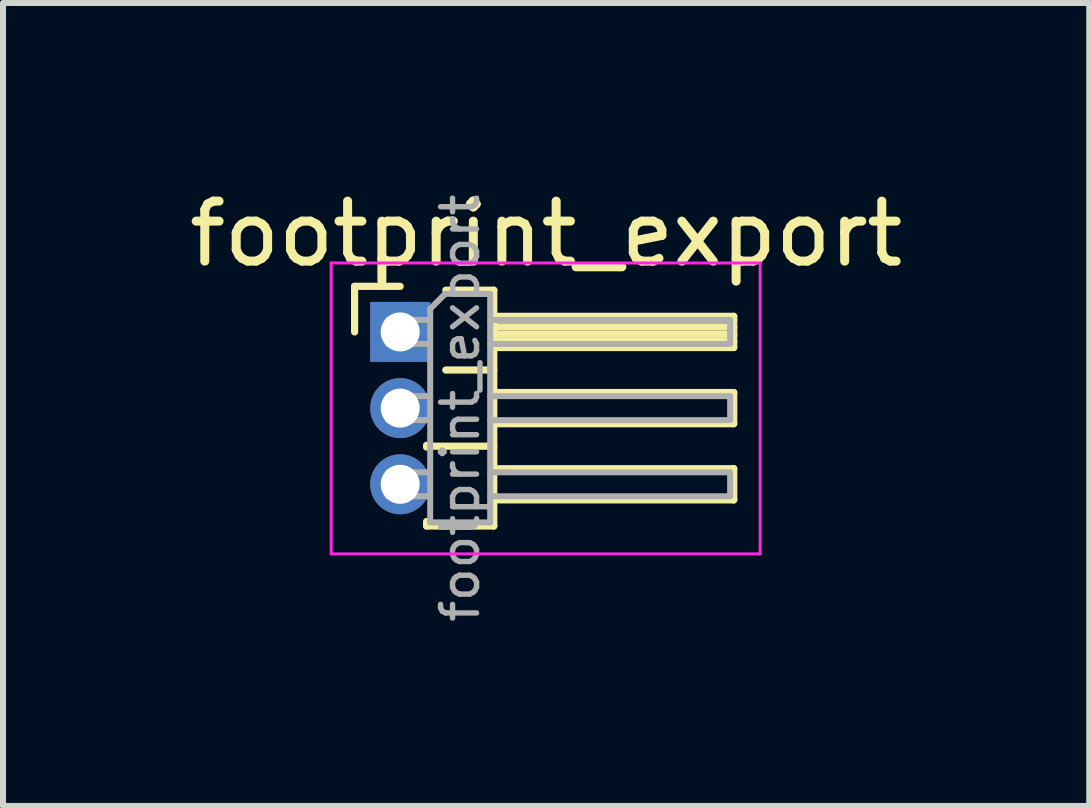
<source format=kicad_pcb>
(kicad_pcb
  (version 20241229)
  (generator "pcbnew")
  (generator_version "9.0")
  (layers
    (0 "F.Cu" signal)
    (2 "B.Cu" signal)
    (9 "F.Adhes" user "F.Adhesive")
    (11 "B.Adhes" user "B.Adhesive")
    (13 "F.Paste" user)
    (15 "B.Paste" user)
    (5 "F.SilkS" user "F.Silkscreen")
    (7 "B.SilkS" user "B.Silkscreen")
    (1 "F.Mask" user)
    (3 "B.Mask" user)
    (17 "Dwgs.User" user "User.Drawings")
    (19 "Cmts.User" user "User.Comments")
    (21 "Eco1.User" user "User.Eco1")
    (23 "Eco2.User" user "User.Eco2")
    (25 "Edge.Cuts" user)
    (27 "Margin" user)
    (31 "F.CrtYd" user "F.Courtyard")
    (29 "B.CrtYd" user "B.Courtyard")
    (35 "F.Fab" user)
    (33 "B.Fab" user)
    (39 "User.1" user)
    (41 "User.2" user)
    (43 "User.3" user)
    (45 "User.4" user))
  (footprint "footprint_export"
    (layer "F.Cu")
    (at 3.621 2.483)
    (property "Reference" "footprint_export" (at 2.433 -1.635 0) (layer "F.SilkS") (effects (font (size 1 1) (thickness 0.15))))
    (attr through_hole)
    (fp_line (start -0.76 -0.76) (end 0 -0.76) (stroke (width 0.12) (type solid)) (layer "F.SilkS"))
    (fp_line (start -0.76 0) (end -0.76 -0.76) (stroke (width 0.12) (type solid)) (layer "F.SilkS"))
    (fp_line (start 0.44 1.89) (end 0.44 1.92) (stroke (width 0.12) (type solid)) (layer "F.SilkS"))
    (fp_line (start 0.44 1.905) (end 1.56 1.905) (stroke (width 0.12) (type solid)) (layer "F.SilkS"))
    (fp_line (start 0.44 3.235) (end 0.44 3.16) (stroke (width 0.12) (type solid)) (layer "F.SilkS"))
    (fp_line (start 0.76 -0.695) (end 1.56 -0.695) (stroke (width 0.12) (type solid)) (layer "F.SilkS"))
    (fp_line (start 0.76 0.635) (end 1.56 0.635) (stroke (width 0.12) (type solid)) (layer "F.SilkS"))
    (fp_line (start 1.56 -0.695) (end 1.56 3.235) (stroke (width 0.12) (type solid)) (layer "F.SilkS"))
    (fp_line (start 1.56 -0.26) (end 5.56 -0.26) (stroke (width 0.12) (type solid)) (layer "F.SilkS"))
    (fp_line (start 1.56 -0.2) (end 5.56 -0.2) (stroke (width 0.12) (type solid)) (layer "F.SilkS"))
    (fp_line (start 1.56 -0.08) (end 5.56 -0.08) (stroke (width 0.12) (type solid)) (layer "F.SilkS"))
    (fp_line (start 1.56 0.04) (end 5.56 0.04) (stroke (width 0.12) (type solid)) (layer "F.SilkS"))
    (fp_line (start 1.56 0.16) (end 5.56 0.16) (stroke (width 0.12) (type solid)) (layer "F.SilkS"))
    (fp_line (start 1.56 1.01) (end 5.56 1.01) (stroke (width 0.12) (type solid)) (layer "F.SilkS"))
    (fp_line (start 1.56 2.28) (end 5.56 2.28) (stroke (width 0.12) (type solid)) (layer "F.SilkS"))
    (fp_line (start 1.56 3.235) (end 0.44 3.235) (stroke (width 0.12) (type solid)) (layer "F.SilkS"))
    (fp_line (start 5.56 -0.26) (end 5.56 0.26) (stroke (width 0.12) (type solid)) (layer "F.SilkS"))
    (fp_line (start 5.56 0.26) (end 1.56 0.26) (stroke (width 0.12) (type solid)) (layer "F.SilkS"))
    (fp_line (start 5.56 1.01) (end 5.56 1.53) (stroke (width 0.12) (type solid)) (layer "F.SilkS"))
    (fp_line (start 5.56 1.53) (end 1.56 1.53) (stroke (width 0.12) (type solid)) (layer "F.SilkS"))
    (fp_line (start 5.56 2.28) (end 5.56 2.8) (stroke (width 0.12) (type solid)) (layer "F.SilkS"))
    (fp_line (start 5.56 2.8) (end 1.56 2.8) (stroke (width 0.12) (type solid)) (layer "F.SilkS"))
    (fp_line (start -1.15 -1.15) (end -1.15 3.7) (stroke (width 0.05) (type solid)) (layer "F.CrtYd"))
    (fp_line (start -1.15 3.7) (end 6 3.7) (stroke (width 0.05) (type solid)) (layer "F.CrtYd"))
    (fp_line (start 6 -1.15) (end -1.15 -1.15) (stroke (width 0.05) (type solid)) (layer "F.CrtYd"))
    (fp_line (start 6 3.7) (end 6 -1.15) (stroke (width 0.05) (type solid)) (layer "F.CrtYd"))
    (fp_line (start -0.2 -0.2) (end -0.2 0.2) (stroke (width 0.1) (type solid)) (layer "F.Fab"))
    (fp_line (start -0.2 -0.2) (end 0.5 -0.2) (stroke (width 0.1) (type solid)) (layer "F.Fab"))
    (fp_line (start -0.2 0.2) (end 0.5 0.2) (stroke (width 0.1) (type solid)) (layer "F.Fab"))
    (fp_line (start -0.2 1.07) (end -0.2 1.47) (stroke (width 0.1) (type solid)) (layer "F.Fab"))
    (fp_line (start -0.2 1.07) (end 0.5 1.07) (stroke (width 0.1) (type solid)) (layer "F.Fab"))
    (fp_line (start -0.2 1.47) (end 0.5 1.47) (stroke (width 0.1) (type solid)) (layer "F.Fab"))
    (fp_line (start -0.2 2.34) (end -0.2 2.74) (stroke (width 0.1) (type solid)) (layer "F.Fab"))
    (fp_line (start -0.2 2.34) (end 0.5 2.34) (stroke (width 0.1) (type solid)) (layer "F.Fab"))
    (fp_line (start -0.2 2.74) (end 0.5 2.74) (stroke (width 0.1) (type solid)) (layer "F.Fab"))
    (fp_line (start 0.5 -0.385) (end 0.75 -0.635) (stroke (width 0.1) (type solid)) (layer "F.Fab"))
    (fp_line (start 0.5 3.175) (end 0.5 -0.385) (stroke (width 0.1) (type solid)) (layer "F.Fab"))
    (fp_line (start 0.75 -0.635) (end 1.5 -0.635) (stroke (width 0.1) (type solid)) (layer "F.Fab"))
    (fp_line (start 1.5 -0.635) (end 1.5 3.175) (stroke (width 0.1) (type solid)) (layer "F.Fab"))
    (fp_line (start 1.5 -0.2) (end 5.5 -0.2) (stroke (width 0.1) (type solid)) (layer "F.Fab"))
    (fp_line (start 1.5 0.2) (end 5.5 0.2) (stroke (width 0.1) (type solid)) (layer "F.Fab"))
    (fp_line (start 1.5 1.07) (end 5.5 1.07) (stroke (width 0.1) (type solid)) (layer "F.Fab"))
    (fp_line (start 1.5 1.47) (end 5.5 1.47) (stroke (width 0.1) (type solid)) (layer "F.Fab"))
    (fp_line (start 1.5 2.34) (end 5.5 2.34) (stroke (width 0.1) (type solid)) (layer "F.Fab"))
    (fp_line (start 1.5 2.74) (end 5.5 2.74) (stroke (width 0.1) (type solid)) (layer "F.Fab"))
    (fp_line (start 1.5 3.175) (end 0.5 3.175) (stroke (width 0.1) (type solid)) (layer "F.Fab"))
    (fp_line (start 5.5 -0.2) (end 5.5 0.2) (stroke (width 0.1) (type solid)) (layer "F.Fab"))
    (fp_line (start 5.5 1.07) (end 5.5 1.47) (stroke (width 0.1) (type solid)) (layer "F.Fab"))
    (fp_line (start 5.5 2.34) (end 5.5 2.74) (stroke (width 0.1) (type solid)) (layer "F.Fab"))
    (fp_text user "${REFERENCE}" (at 1 1.27 90) (layer "F.Fab") (effects (font (size 0.6 0.6) (thickness 0.09))))
    (pad "1" thru_hole rect (at 0 0) (size 1 1) (drill 0.65) (layers "*.Cu" "*.Mask"))
    (pad "2" thru_hole oval (at 0 1.27) (size 1 1) (drill 0.65) (layers "*.Cu" "*.Mask"))
    (pad "3" thru_hole oval (at 0 2.54) (size 1 1) (drill 0.65) (layers "*.Cu" "*.Mask")))
  (gr_rect
    (start -3 -3)
    (end 15.107 10.385)
    (stroke (width 0.1) (type default))
    (fill no)
    (layer "Edge.Cuts")))
</source>
